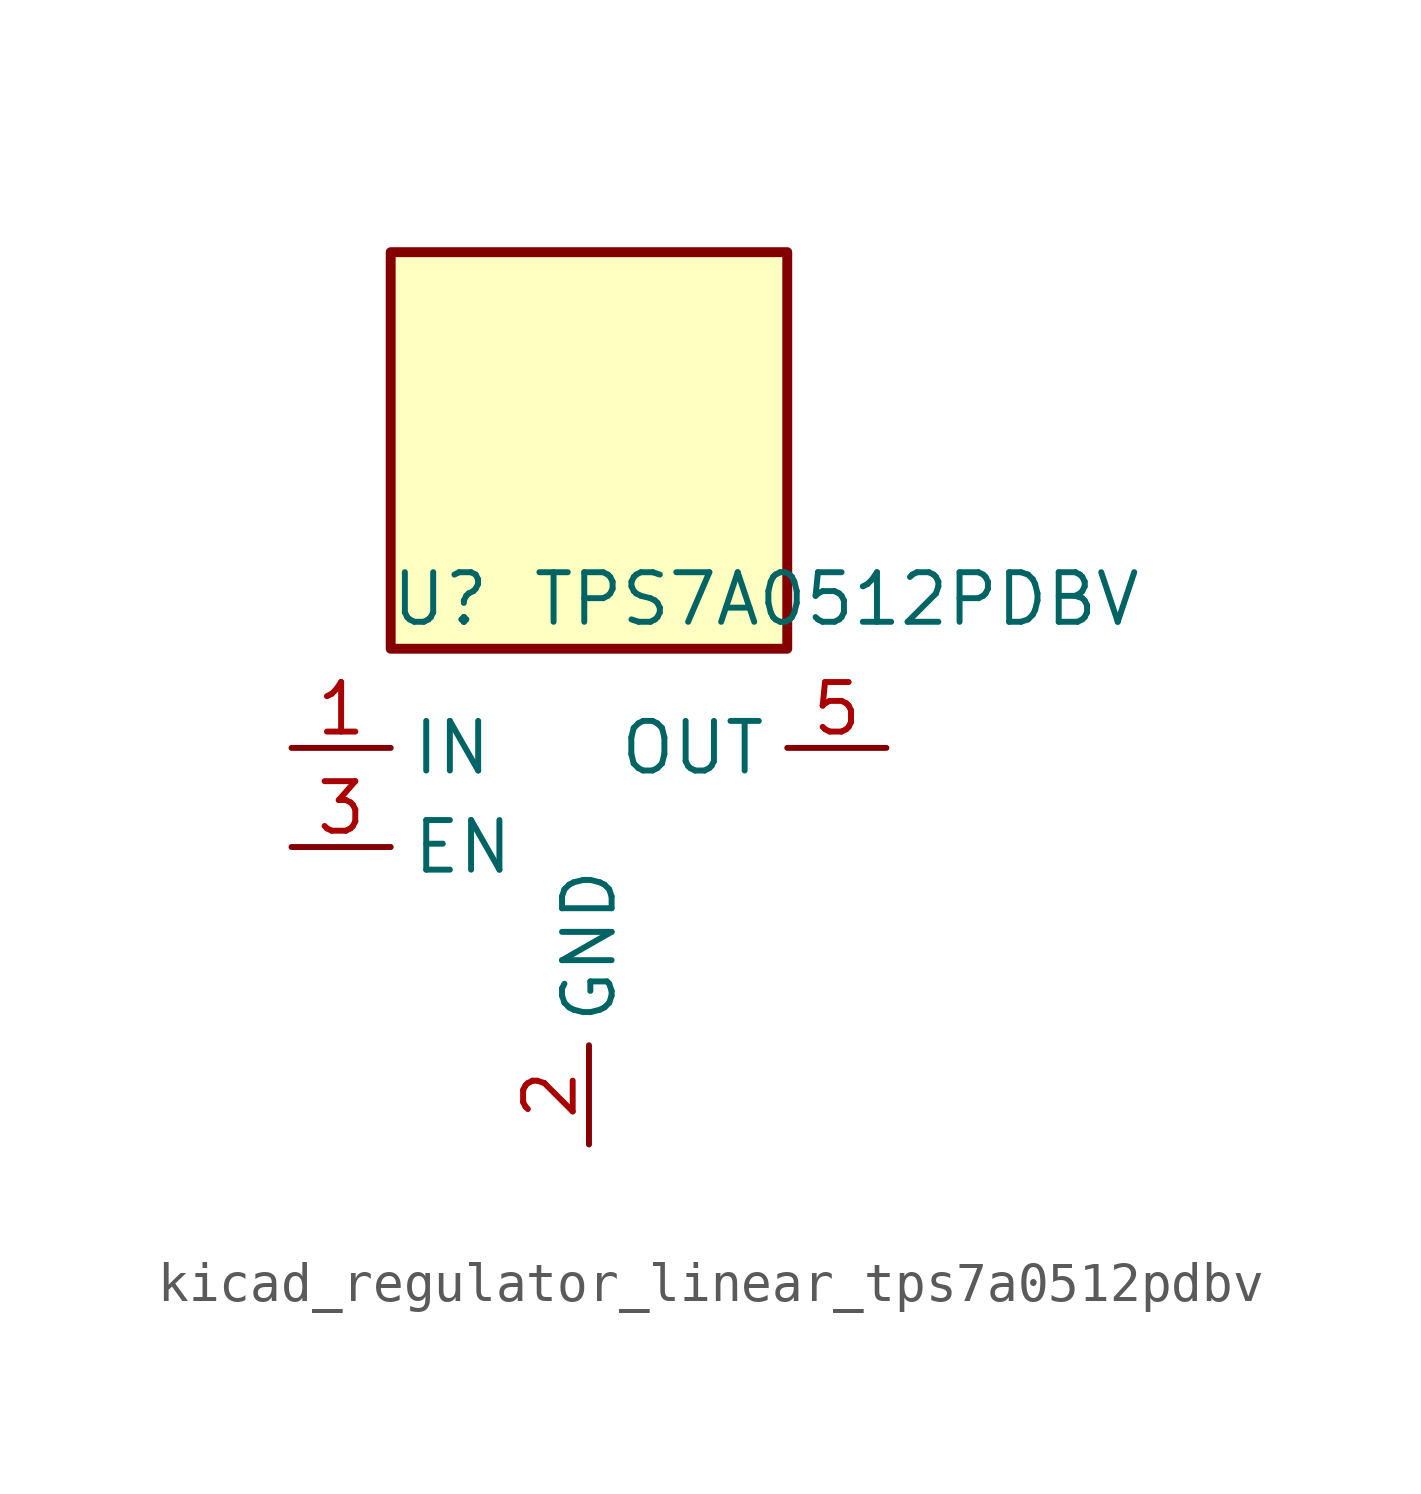
<source format=kicad_sym>
(kicad_symbol_lib
  (version 20220914)
  (generator kicad_symbol_editor)
  (symbol "kicad_regulator_linear_tps7a0512pdbv"
    (property "Reference" "U"
      (at -3.81 6.35 0)
      (effects (font (size 1.27 1.27))))
    (property "Value" "TPS7A0512PDBV"
      (at 6.35 6.35 0)
      (effects (font (size 1.27 1.27))))
    (symbol "kicad_regulator_linear_tps7a0512pdbv_0_1"
      (rectangle (start 5.08 15.24) (end -5.08 5.08) (stroke (width 0.254) (type default)) (fill (type background)))
      (pin power_in line (at -7.62 2.54 0) (length 2.54) (name "IN" (effects (font (size 1.27 1.27)))) (number "1" (effects (font (size 1.27 1.27)))))
      (pin power_in line (at 0 -7.62 90) (length 2.54) (name "GND" (effects (font (size 1.27 1.27)))) (number "2" (effects (font (size 1.27 1.27)))))
      (pin input line (at -7.62 0 0) (length 2.54) (name "EN" (effects (font (size 1.27 1.27)))) (number "3" (effects (font (size 1.27 1.27)))))
      (pin no_connect line (at 5.08 0 180) (length 2.54) hide (name "NC" (effects (font (size 1.27 1.27)))) (number "4" (effects (font (size 1.27 1.27)))))
      (pin power_out line (at 7.62 2.54 180) (length 2.54) (name "OUT" (effects (font (size 1.27 1.27)))) (number "5" (effects (font (size 1.27 1.27))))))))
</source>
